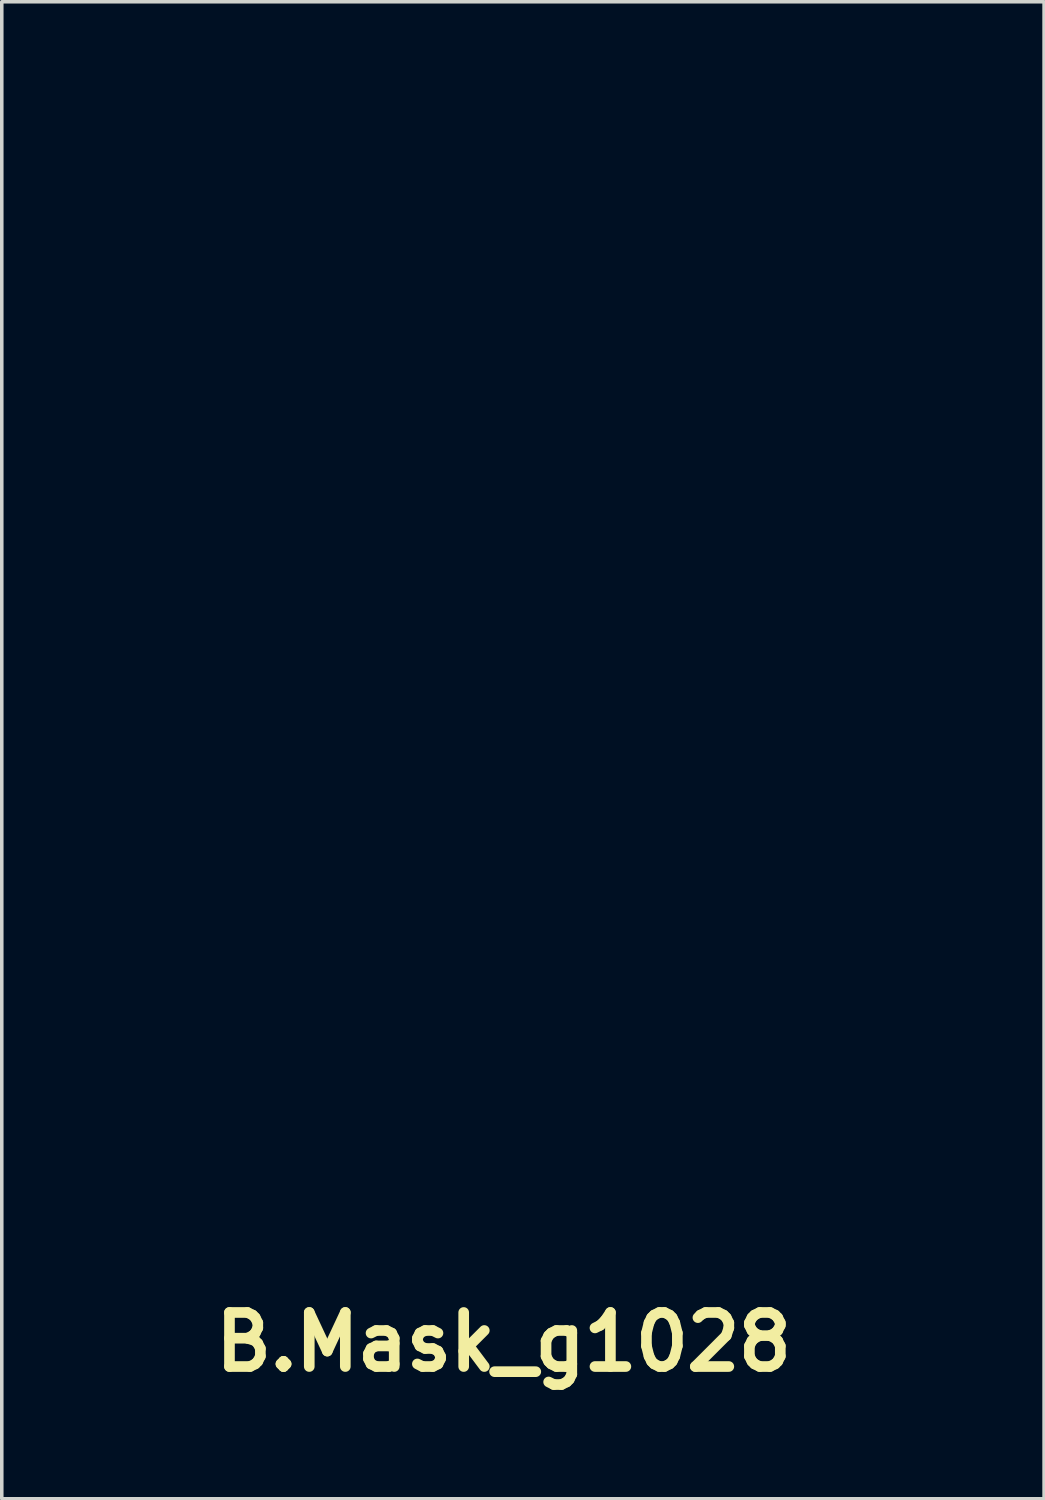
<source format=kicad_pcb>
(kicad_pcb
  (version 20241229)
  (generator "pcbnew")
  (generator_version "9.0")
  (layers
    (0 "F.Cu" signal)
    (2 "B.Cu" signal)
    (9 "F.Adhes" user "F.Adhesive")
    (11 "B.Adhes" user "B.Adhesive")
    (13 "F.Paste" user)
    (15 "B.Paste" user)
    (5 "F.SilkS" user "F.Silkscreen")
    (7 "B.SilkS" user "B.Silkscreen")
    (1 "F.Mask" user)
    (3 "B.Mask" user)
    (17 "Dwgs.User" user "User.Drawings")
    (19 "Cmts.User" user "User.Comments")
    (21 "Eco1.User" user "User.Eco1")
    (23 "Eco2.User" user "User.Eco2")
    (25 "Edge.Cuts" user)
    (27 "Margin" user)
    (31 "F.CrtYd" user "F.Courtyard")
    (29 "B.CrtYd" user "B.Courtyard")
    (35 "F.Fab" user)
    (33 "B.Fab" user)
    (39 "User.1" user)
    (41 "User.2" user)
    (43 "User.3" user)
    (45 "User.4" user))
  (footprint "B.Mask_g1028"
    (layer "F.Cu")
    (at 11.149 34.79)
    (property "Reference" "B.Mask_g1028" (at 0 0 0) (layer "F.SilkS") (effects (font (size 1.524 1.524) (thickness 0.3))))
    (attr through_hole)
    (fp_poly (pts (xy 1.031 -34.758) (xy 1.033 -34.756) (xy 1.054 -34.734) (xy 1.071 -34.704) (xy 1.086 -34.659) (xy 1.1 -34.596) (xy 1.113 -34.509) (xy 1.127 -34.393) (xy 1.142 -34.244) (xy 1.154 -34.11) (xy 1.168 -33.967) (xy 1.186 -33.787) (xy 1.208 -33.571) (xy 1.235 -33.32) (xy 1.266 -33.037) (xy 1.3 -32.723) (xy 1.338 -32.378) (xy 1.379 -32.005) (xy 1.424 -31.605) (xy 1.472 -31.18) (xy 1.523 -30.731) (xy 1.576 -30.259) (xy 1.633 -29.766) (xy 1.691 -29.254) (xy 1.752 -28.724) (xy 1.815 -28.177) (xy 1.88 -27.616) (xy 1.946 -27.04) (xy 2.014 -26.453) (xy 2.083 -25.855) (xy 2.154 -25.248) (xy 2.226 -24.633) (xy 2.298 -24.013) (xy 2.371 -23.387) (xy 2.445 -22.758) (xy 2.519 -22.128) (xy 2.593 -21.497) (xy 2.667 -20.868) (xy 2.74 -20.242) (xy 2.814 -19.619) (xy 2.887 -19.003) (xy 2.959 -18.394) (xy 3.03 -17.793) (xy 3.1 -17.202) (xy 3.169 -16.624) (xy 3.237 -16.058) (xy 3.303 -15.507) (xy 3.367 -14.972) (xy 3.429 -14.455) (xy 3.489 -13.957) (xy 3.547 -13.479) (xy 3.602 -13.024) (xy 3.654 -12.592) (xy 3.704 -12.185) (xy 3.751 -11.804) (xy 3.795 -11.452) (xy 3.835 -11.129) (xy 3.872 -10.836) (xy 3.905 -10.577) (xy 3.934 -10.351) (xy 3.959 -10.161) (xy 3.98 -10.007) (xy 3.997 -9.892) (xy 4.008 -9.817) (xy 4.013 -9.796) (xy 4.023 -9.766) (xy 4.045 -9.743) (xy 4.088 -9.722) (xy 4.159 -9.698) (xy 4.198 -9.686) (xy 4.336 -9.645) (xy 4.514 -9.596) (xy 4.73 -9.537) (xy 4.982 -9.471) (xy 5.267 -9.397) (xy 5.585 -9.315) (xy 5.934 -9.227) (xy 6.311 -9.133) (xy 6.715 -9.032) (xy 7.143 -8.926) (xy 7.596 -8.816) (xy 8.069 -8.7) (xy 8.509 -8.594) (xy 8.922 -8.494) (xy 9.319 -8.397) (xy 9.696 -8.305) (xy 10.053 -8.218) (xy 10.387 -8.136) (xy 10.697 -8.059) (xy 10.98 -7.988) (xy 11.236 -7.924) (xy 11.461 -7.867) (xy 11.654 -7.817) (xy 11.814 -7.776) (xy 11.938 -7.742) (xy 12.025 -7.718) (xy 12.072 -7.702) (xy 12.073 -7.702) (xy 12.159 -7.662) (xy 12.21 -7.619) (xy 12.232 -7.566) (xy 12.234 -7.537) (xy 12.231 -7.503) (xy 12.223 -7.474) (xy 12.203 -7.446) (xy 12.17 -7.418) (xy 12.12 -7.388) (xy 12.047 -7.353) (xy 11.949 -7.312) (xy 11.821 -7.262) (xy 11.661 -7.202) (xy 11.515 -7.148) (xy 11.313 -7.074) (xy 11.094 -6.995) (xy 10.853 -6.91) (xy 10.589 -6.816) (xy 10.299 -6.714) (xy 9.979 -6.603) (xy 9.628 -6.481) (xy 9.242 -6.348) (xy 8.818 -6.202) (xy 8.805 -6.198) (xy 8.315 -6.029) (xy 7.854 -5.87) (xy 7.422 -5.719) (xy 7.021 -5.578) (xy 6.65 -5.446) (xy 6.312 -5.325) (xy 6.006 -5.214) (xy 5.735 -5.114) (xy 5.498 -5.025) (xy 5.296 -4.947) (xy 5.131 -4.881) (xy 5.003 -4.827) (xy 4.913 -4.785) (xy 4.862 -4.756) (xy 4.852 -4.747) (xy 4.839 -4.706) (xy 4.831 -4.627) (xy 4.827 -4.516) (xy 4.828 -4.375) (xy 4.833 -4.211) (xy 4.844 -4.026) (xy 4.858 -3.827) (xy 4.87 -3.693) (xy 4.881 -3.566) (xy 4.893 -3.441) (xy 4.906 -3.314) (xy 4.921 -3.179) (xy 4.939 -3.03) (xy 4.959 -2.863) (xy 4.983 -2.672) (xy 5.011 -2.452) (xy 5.043 -2.197) (xy 5.059 -2.074) (xy 5.107 -1.704) (xy 5.148 -1.373) (xy 5.184 -1.076) (xy 5.214 -0.811) (xy 5.24 -0.574) (xy 5.262 -0.361) (xy 5.279 -0.169) (xy 5.293 0.005) (xy 5.295 0.036) (xy 5.305 0.171) (xy 5.31 0.271) (xy 5.312 0.343) (xy 5.309 0.394) (xy 5.302 0.432) (xy 5.291 0.463) (xy 5.287 0.474) (xy 5.254 0.525) (xy 5.208 0.551) (xy 5.168 0.56) (xy 5.103 0.565) (xy 5.051 0.556) (xy 5.043 0.553) (xy 5.001 0.522) (xy 4.933 0.459) (xy 4.842 0.369) (xy 4.73 0.252) (xy 4.599 0.111) (xy 4.45 -0.052) (xy 4.286 -0.235) (xy 4.108 -0.436) (xy 3.919 -0.652) (xy 3.72 -0.882) (xy 3.513 -1.123) (xy 3.3 -1.373) (xy 3.268 -1.411) (xy 3.05 -1.669) (xy 2.857 -1.898) (xy 2.686 -2.1) (xy 2.536 -2.278) (xy 2.403 -2.434) (xy 2.286 -2.572) (xy 2.182 -2.693) (xy 2.089 -2.802) (xy 2.005 -2.9) (xy 1.927 -2.989) (xy 1.853 -3.074) (xy 1.78 -3.157) (xy 1.706 -3.24) (xy 1.665 -3.286) (xy 1.548 -3.417) (xy 1.424 -3.552) (xy 1.298 -3.687) (xy 1.173 -3.82) (xy 1.053 -3.945) (xy 0.94 -4.061) (xy 0.839 -4.163) (xy 0.753 -4.247) (xy 0.685 -4.311) (xy 0.639 -4.35) (xy 0.621 -4.361) (xy 0.601 -4.345) (xy 0.559 -4.3) (xy 0.5 -4.232) (xy 0.429 -4.145) (xy 0.348 -4.044) (xy 0.327 -4.016) (xy 0.243 -3.911) (xy 0.167 -3.815) (xy 0.102 -3.734) (xy 0.052 -3.675) (xy 0.024 -3.642) (xy 0.021 -3.639) (xy 0.004 -3.62) (xy -0.036 -3.569) (xy -0.099 -3.491) (xy -0.181 -3.387) (xy -0.28 -3.26) (xy -0.395 -3.114) (xy -0.524 -2.95) (xy -0.664 -2.772) (xy -0.813 -2.581) (xy -0.969 -2.382) (xy -1.13 -2.176) (xy -1.294 -1.966) (xy -1.459 -1.755) (xy -1.622 -1.546) (xy -1.783 -1.34) (xy -1.937 -1.142) (xy -2.085 -0.953) (xy -2.222 -0.776) (xy -2.348 -0.615) (xy -2.459 -0.471) (xy -2.555 -0.347) (xy -2.633 -0.247) (xy -2.69 -0.172) (xy -2.716 -0.138) (xy -2.857 0.047) (xy -2.974 0.2) (xy -3.069 0.321) (xy -3.144 0.412) (xy -3.199 0.476) (xy -3.237 0.514) (xy -3.239 0.516) (xy -3.321 0.561) (xy -3.406 0.569) (xy -3.487 0.537) (xy -3.499 0.529) (xy -3.547 0.474) (xy -3.583 0.395) (xy -3.608 0.287) (xy -3.622 0.148) (xy -3.625 -0.025) (xy -3.618 -0.237) (xy -3.617 -0.254) (xy -3.606 -0.444) (xy -3.591 -0.648) (xy -3.574 -0.869) (xy -3.553 -1.11) (xy -3.528 -1.373) (xy -3.499 -1.663) (xy -3.466 -1.983) (xy -3.428 -2.335) (xy -3.384 -2.724) (xy -3.342 -3.101) (xy -3.305 -3.431) (xy -3.275 -3.72) (xy -3.252 -3.969) (xy -3.236 -4.179) (xy -3.227 -4.351) (xy -3.225 -4.403) (xy -3.222 -4.553) (xy -3.222 -4.666) (xy -3.228 -4.75) (xy -3.239 -4.81) (xy -3.259 -4.852) (xy -3.289 -4.882) (xy -3.329 -4.907) (xy -3.345 -4.915) (xy -3.373 -4.926) (xy -3.439 -4.949) (xy -3.54 -4.984) (xy -3.674 -5.03) (xy -3.839 -5.086) (xy -4.033 -5.151) (xy -4.252 -5.225) (xy -4.495 -5.306) (xy -4.759 -5.395) (xy -5.042 -5.49) (xy -5.341 -5.59) (xy -5.654 -5.695) (xy -5.979 -5.803) (xy -6.313 -5.915) (xy -6.655 -6.029) (xy -7.001 -6.144) (xy -7.349 -6.26) (xy -7.696 -6.375) (xy -8.042 -6.49) (xy -8.382 -6.603) (xy -8.715 -6.714) (xy -9.038 -6.821) (xy -9.35 -6.924) (xy -9.647 -7.022) (xy -9.927 -7.114) (xy -10.086 -7.166) (xy -10.289 -7.234) (xy -10.479 -7.297) (xy -10.652 -7.355) (xy -10.805 -7.406) (xy -10.934 -7.451) (xy -11.035 -7.486) (xy -11.105 -7.511) (xy -11.141 -7.525) (xy -11.144 -7.527) (xy -11.121 -7.533) (xy -11.06 -7.549) (xy -10.962 -7.573) (xy -10.831 -7.606) (xy -10.668 -7.647) (xy -10.477 -7.695) (xy -10.258 -7.75) (xy -10.016 -7.811) (xy -9.752 -7.877) (xy -9.469 -7.948) (xy -9.169 -8.024) (xy -8.854 -8.102) (xy -8.528 -8.184) (xy -8.424 -8.21) (xy -7.956 -8.328) (xy -7.527 -8.436) (xy -7.133 -8.535) (xy -6.773 -8.625) (xy -6.444 -8.709) (xy -6.144 -8.785) (xy -5.869 -8.855) (xy -5.618 -8.919) (xy -5.388 -8.978) (xy -5.176 -9.033) (xy -4.98 -9.085) (xy -4.797 -9.133) (xy -4.625 -9.179) (xy -4.461 -9.223) (xy -4.303 -9.267) (xy -4.148 -9.31) (xy -3.993 -9.353) (xy -3.837 -9.397) (xy -3.677 -9.443) (xy -3.672 -9.444) (xy -3.449 -9.508) (xy -3.248 -9.568) (xy -3.073 -9.622) (xy -2.925 -9.669) (xy -2.808 -9.708) (xy -2.726 -9.739) (xy -2.68 -9.761) (xy -2.674 -9.765) (xy -2.663 -9.795) (xy -2.646 -9.866) (xy -2.624 -9.977) (xy -2.598 -10.127) (xy -2.566 -10.317) (xy -2.53 -10.544) (xy -2.49 -10.808) (xy -2.445 -11.109) (xy -2.395 -11.445) (xy -2.342 -11.815) (xy -2.284 -12.219) (xy -2.222 -12.656) (xy -2.156 -13.126) (xy -2.087 -13.626) (xy -2.014 -14.157) (xy -1.937 -14.718) (xy -1.857 -15.307) (xy -1.774 -15.925) (xy -1.687 -16.569) (xy -1.598 -17.24) (xy -1.505 -17.937) (xy -1.41 -18.658) (xy -1.312 -19.403) (xy -1.211 -20.171) (xy -1.108 -20.961) (xy -1.059 -21.336) (xy -1.008 -21.722) (xy -0.955 -22.135) (xy -0.898 -22.568) (xy -0.84 -23.016) (xy -0.781 -23.471) (xy -0.721 -23.927) (xy -0.662 -24.378) (xy -0.605 -24.816) (xy -0.55 -25.237) (xy -0.499 -25.633) (xy -0.451 -25.997) (xy -0.423 -26.215) (xy -0.382 -26.532) (xy -0.341 -26.846) (xy -0.301 -27.154) (xy -0.262 -27.45) (xy -0.225 -27.733) (xy -0.191 -27.998) (xy -0.159 -28.241) (xy -0.131 -28.46) (xy -0.107 -28.65) (xy -0.086 -28.809) (xy -0.071 -28.931) (xy -0.062 -28.998) (xy -0.017 -29.348) (xy 0.029 -29.71) (xy 0.078 -30.081) (xy 0.128 -30.458) (xy 0.178 -30.835) (xy 0.229 -31.21) (xy 0.279 -31.58) (xy 0.329 -31.939) (xy 0.377 -32.285) (xy 0.423 -32.614) (xy 0.467 -32.922) (xy 0.508 -33.206) (xy 0.546 -33.461) (xy 0.58 -33.685) (xy 0.609 -33.873) (xy 0.627 -33.983) (xy 0.661 -34.185) (xy 0.691 -34.348) (xy 0.717 -34.478) (xy 0.741 -34.578) (xy 0.765 -34.653) (xy 0.791 -34.706) (xy 0.818 -34.742) (xy 0.85 -34.765) (xy 0.887 -34.778) (xy 0.911 -34.783) (xy 0.978 -34.785) (xy 1.031 -34.758)) (stroke (width 0.01) (type solid)) (fill yes) (layer "B.Mask")))
  (gr_rect
    (start -3 -3)
    (end 26.388 39.208)
    (stroke (width 0.1) (type default))
    (fill no)
    (layer "Edge.Cuts")))
</source>
